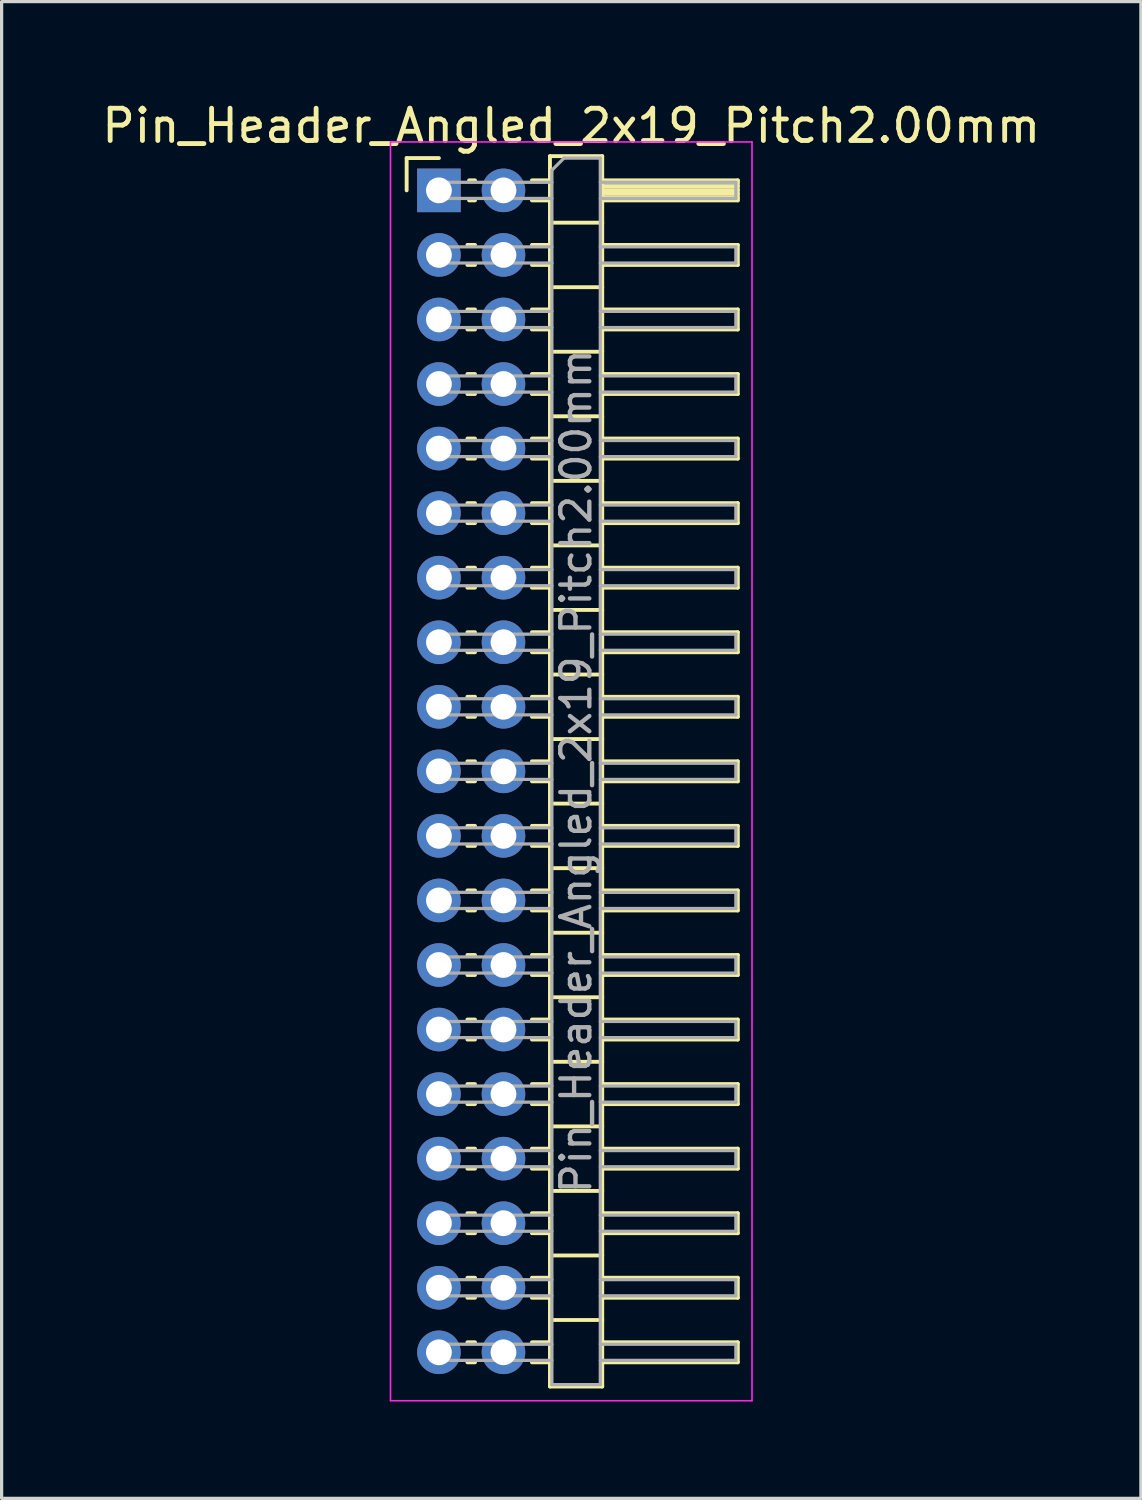
<source format=kicad_pcb>
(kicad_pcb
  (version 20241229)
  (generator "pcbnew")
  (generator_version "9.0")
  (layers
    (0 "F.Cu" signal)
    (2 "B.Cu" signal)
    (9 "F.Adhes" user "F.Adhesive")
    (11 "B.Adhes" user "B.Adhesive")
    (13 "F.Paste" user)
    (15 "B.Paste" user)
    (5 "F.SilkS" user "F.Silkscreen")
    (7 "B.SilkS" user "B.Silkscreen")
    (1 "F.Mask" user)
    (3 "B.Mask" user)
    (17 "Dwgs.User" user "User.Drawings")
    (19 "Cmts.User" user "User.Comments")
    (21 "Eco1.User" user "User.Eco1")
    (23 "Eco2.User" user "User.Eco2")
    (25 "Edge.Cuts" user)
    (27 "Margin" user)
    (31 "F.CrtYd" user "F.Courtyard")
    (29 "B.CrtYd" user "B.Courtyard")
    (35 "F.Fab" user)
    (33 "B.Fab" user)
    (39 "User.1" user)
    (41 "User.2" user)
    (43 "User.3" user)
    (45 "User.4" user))
  (footprint "Pin_Header_Angled_2x19_Pitch2.00mm"
    (layer "F.Cu")
    (at 10.549 2.848)
    (property "Reference" "Pin_Header_Angled_2x19_Pitch2.00mm" (at 4.1 -2 0) (layer "F.SilkS") (effects (font (size 1 1) (thickness 0.15))))
    (attr through_hole)
    (fp_line (start -1 -1) (end 0 -1) (stroke (width 0.12) (type solid)) (layer "F.SilkS"))
    (fp_line (start -1 0) (end -1 -1) (stroke (width 0.12) (type solid)) (layer "F.SilkS"))
    (fp_line (start 0.882 1.69) (end 1.118 1.69) (stroke (width 0.12) (type solid)) (layer "F.SilkS"))
    (fp_line (start 0.882 2.31) (end 1.118 2.31) (stroke (width 0.12) (type solid)) (layer "F.SilkS"))
    (fp_line (start 0.882 3.69) (end 1.118 3.69) (stroke (width 0.12) (type solid)) (layer "F.SilkS"))
    (fp_line (start 0.882 4.31) (end 1.118 4.31) (stroke (width 0.12) (type solid)) (layer "F.SilkS"))
    (fp_line (start 0.882 5.69) (end 1.118 5.69) (stroke (width 0.12) (type solid)) (layer "F.SilkS"))
    (fp_line (start 0.882 6.31) (end 1.118 6.31) (stroke (width 0.12) (type solid)) (layer "F.SilkS"))
    (fp_line (start 0.882 7.69) (end 1.118 7.69) (stroke (width 0.12) (type solid)) (layer "F.SilkS"))
    (fp_line (start 0.882 8.31) (end 1.118 8.31) (stroke (width 0.12) (type solid)) (layer "F.SilkS"))
    (fp_line (start 0.882 9.69) (end 1.118 9.69) (stroke (width 0.12) (type solid)) (layer "F.SilkS"))
    (fp_line (start 0.882 10.31) (end 1.118 10.31) (stroke (width 0.12) (type solid)) (layer "F.SilkS"))
    (fp_line (start 0.882 11.69) (end 1.118 11.69) (stroke (width 0.12) (type solid)) (layer "F.SilkS"))
    (fp_line (start 0.882 12.31) (end 1.118 12.31) (stroke (width 0.12) (type solid)) (layer "F.SilkS"))
    (fp_line (start 0.882 13.69) (end 1.118 13.69) (stroke (width 0.12) (type solid)) (layer "F.SilkS"))
    (fp_line (start 0.882 14.31) (end 1.118 14.31) (stroke (width 0.12) (type solid)) (layer "F.SilkS"))
    (fp_line (start 0.882 15.69) (end 1.118 15.69) (stroke (width 0.12) (type solid)) (layer "F.SilkS"))
    (fp_line (start 0.882 16.31) (end 1.118 16.31) (stroke (width 0.12) (type solid)) (layer "F.SilkS"))
    (fp_line (start 0.882 17.69) (end 1.118 17.69) (stroke (width 0.12) (type solid)) (layer "F.SilkS"))
    (fp_line (start 0.882 18.31) (end 1.118 18.31) (stroke (width 0.12) (type solid)) (layer "F.SilkS"))
    (fp_line (start 0.882 19.69) (end 1.118 19.69) (stroke (width 0.12) (type solid)) (layer "F.SilkS"))
    (fp_line (start 0.882 20.31) (end 1.118 20.31) (stroke (width 0.12) (type solid)) (layer "F.SilkS"))
    (fp_line (start 0.882 21.69) (end 1.118 21.69) (stroke (width 0.12) (type solid)) (layer "F.SilkS"))
    (fp_line (start 0.882 22.31) (end 1.118 22.31) (stroke (width 0.12) (type solid)) (layer "F.SilkS"))
    (fp_line (start 0.882 23.69) (end 1.118 23.69) (stroke (width 0.12) (type solid)) (layer "F.SilkS"))
    (fp_line (start 0.882 24.31) (end 1.118 24.31) (stroke (width 0.12) (type solid)) (layer "F.SilkS"))
    (fp_line (start 0.882 25.69) (end 1.118 25.69) (stroke (width 0.12) (type solid)) (layer "F.SilkS"))
    (fp_line (start 0.882 26.31) (end 1.118 26.31) (stroke (width 0.12) (type solid)) (layer "F.SilkS"))
    (fp_line (start 0.882 27.69) (end 1.118 27.69) (stroke (width 0.12) (type solid)) (layer "F.SilkS"))
    (fp_line (start 0.882 28.31) (end 1.118 28.31) (stroke (width 0.12) (type solid)) (layer "F.SilkS"))
    (fp_line (start 0.882 29.69) (end 1.118 29.69) (stroke (width 0.12) (type solid)) (layer "F.SilkS"))
    (fp_line (start 0.882 30.31) (end 1.118 30.31) (stroke (width 0.12) (type solid)) (layer "F.SilkS"))
    (fp_line (start 0.882 31.69) (end 1.118 31.69) (stroke (width 0.12) (type solid)) (layer "F.SilkS"))
    (fp_line (start 0.882 32.31) (end 1.118 32.31) (stroke (width 0.12) (type solid)) (layer "F.SilkS"))
    (fp_line (start 0.882 33.69) (end 1.118 33.69) (stroke (width 0.12) (type solid)) (layer "F.SilkS"))
    (fp_line (start 0.882 34.31) (end 1.118 34.31) (stroke (width 0.12) (type solid)) (layer "F.SilkS"))
    (fp_line (start 0.882 35.69) (end 1.118 35.69) (stroke (width 0.12) (type solid)) (layer "F.SilkS"))
    (fp_line (start 0.882 36.31) (end 1.118 36.31) (stroke (width 0.12) (type solid)) (layer "F.SilkS"))
    (fp_line (start 0.935 -0.31) (end 1.118 -0.31) (stroke (width 0.12) (type solid)) (layer "F.SilkS"))
    (fp_line (start 0.935 0.31) (end 1.118 0.31) (stroke (width 0.12) (type solid)) (layer "F.SilkS"))
    (fp_line (start 2.882 -0.31) (end 3.44 -0.31) (stroke (width 0.12) (type solid)) (layer "F.SilkS"))
    (fp_line (start 2.882 0.31) (end 3.44 0.31) (stroke (width 0.12) (type solid)) (layer "F.SilkS"))
    (fp_line (start 2.882 1.69) (end 3.44 1.69) (stroke (width 0.12) (type solid)) (layer "F.SilkS"))
    (fp_line (start 2.882 2.31) (end 3.44 2.31) (stroke (width 0.12) (type solid)) (layer "F.SilkS"))
    (fp_line (start 2.882 3.69) (end 3.44 3.69) (stroke (width 0.12) (type solid)) (layer "F.SilkS"))
    (fp_line (start 2.882 4.31) (end 3.44 4.31) (stroke (width 0.12) (type solid)) (layer "F.SilkS"))
    (fp_line (start 2.882 5.69) (end 3.44 5.69) (stroke (width 0.12) (type solid)) (layer "F.SilkS"))
    (fp_line (start 2.882 6.31) (end 3.44 6.31) (stroke (width 0.12) (type solid)) (layer "F.SilkS"))
    (fp_line (start 2.882 7.69) (end 3.44 7.69) (stroke (width 0.12) (type solid)) (layer "F.SilkS"))
    (fp_line (start 2.882 8.31) (end 3.44 8.31) (stroke (width 0.12) (type solid)) (layer "F.SilkS"))
    (fp_line (start 2.882 9.69) (end 3.44 9.69) (stroke (width 0.12) (type solid)) (layer "F.SilkS"))
    (fp_line (start 2.882 10.31) (end 3.44 10.31) (stroke (width 0.12) (type solid)) (layer "F.SilkS"))
    (fp_line (start 2.882 11.69) (end 3.44 11.69) (stroke (width 0.12) (type solid)) (layer "F.SilkS"))
    (fp_line (start 2.882 12.31) (end 3.44 12.31) (stroke (width 0.12) (type solid)) (layer "F.SilkS"))
    (fp_line (start 2.882 13.69) (end 3.44 13.69) (stroke (width 0.12) (type solid)) (layer "F.SilkS"))
    (fp_line (start 2.882 14.31) (end 3.44 14.31) (stroke (width 0.12) (type solid)) (layer "F.SilkS"))
    (fp_line (start 2.882 15.69) (end 3.44 15.69) (stroke (width 0.12) (type solid)) (layer "F.SilkS"))
    (fp_line (start 2.882 16.31) (end 3.44 16.31) (stroke (width 0.12) (type solid)) (layer "F.SilkS"))
    (fp_line (start 2.882 17.69) (end 3.44 17.69) (stroke (width 0.12) (type solid)) (layer "F.SilkS"))
    (fp_line (start 2.882 18.31) (end 3.44 18.31) (stroke (width 0.12) (type solid)) (layer "F.SilkS"))
    (fp_line (start 2.882 19.69) (end 3.44 19.69) (stroke (width 0.12) (type solid)) (layer "F.SilkS"))
    (fp_line (start 2.882 20.31) (end 3.44 20.31) (stroke (width 0.12) (type solid)) (layer "F.SilkS"))
    (fp_line (start 2.882 21.69) (end 3.44 21.69) (stroke (width 0.12) (type solid)) (layer "F.SilkS"))
    (fp_line (start 2.882 22.31) (end 3.44 22.31) (stroke (width 0.12) (type solid)) (layer "F.SilkS"))
    (fp_line (start 2.882 23.69) (end 3.44 23.69) (stroke (width 0.12) (type solid)) (layer "F.SilkS"))
    (fp_line (start 2.882 24.31) (end 3.44 24.31) (stroke (width 0.12) (type solid)) (layer "F.SilkS"))
    (fp_line (start 2.882 25.69) (end 3.44 25.69) (stroke (width 0.12) (type solid)) (layer "F.SilkS"))
    (fp_line (start 2.882 26.31) (end 3.44 26.31) (stroke (width 0.12) (type solid)) (layer "F.SilkS"))
    (fp_line (start 2.882 27.69) (end 3.44 27.69) (stroke (width 0.12) (type solid)) (layer "F.SilkS"))
    (fp_line (start 2.882 28.31) (end 3.44 28.31) (stroke (width 0.12) (type solid)) (layer "F.SilkS"))
    (fp_line (start 2.882 29.69) (end 3.44 29.69) (stroke (width 0.12) (type solid)) (layer "F.SilkS"))
    (fp_line (start 2.882 30.31) (end 3.44 30.31) (stroke (width 0.12) (type solid)) (layer "F.SilkS"))
    (fp_line (start 2.882 31.69) (end 3.44 31.69) (stroke (width 0.12) (type solid)) (layer "F.SilkS"))
    (fp_line (start 2.882 32.31) (end 3.44 32.31) (stroke (width 0.12) (type solid)) (layer "F.SilkS"))
    (fp_line (start 2.882 33.69) (end 3.44 33.69) (stroke (width 0.12) (type solid)) (layer "F.SilkS"))
    (fp_line (start 2.882 34.31) (end 3.44 34.31) (stroke (width 0.12) (type solid)) (layer "F.SilkS"))
    (fp_line (start 2.882 35.69) (end 3.44 35.69) (stroke (width 0.12) (type solid)) (layer "F.SilkS"))
    (fp_line (start 2.882 36.31) (end 3.44 36.31) (stroke (width 0.12) (type solid)) (layer "F.SilkS"))
    (fp_line (start 3.44 -1.06) (end 3.44 37.06) (stroke (width 0.12) (type solid)) (layer "F.SilkS"))
    (fp_line (start 3.44 1) (end 5.06 1) (stroke (width 0.12) (type solid)) (layer "F.SilkS"))
    (fp_line (start 3.44 3) (end 5.06 3) (stroke (width 0.12) (type solid)) (layer "F.SilkS"))
    (fp_line (start 3.44 5) (end 5.06 5) (stroke (width 0.12) (type solid)) (layer "F.SilkS"))
    (fp_line (start 3.44 7) (end 5.06 7) (stroke (width 0.12) (type solid)) (layer "F.SilkS"))
    (fp_line (start 3.44 9) (end 5.06 9) (stroke (width 0.12) (type solid)) (layer "F.SilkS"))
    (fp_line (start 3.44 11) (end 5.06 11) (stroke (width 0.12) (type solid)) (layer "F.SilkS"))
    (fp_line (start 3.44 13) (end 5.06 13) (stroke (width 0.12) (type solid)) (layer "F.SilkS"))
    (fp_line (start 3.44 15) (end 5.06 15) (stroke (width 0.12) (type solid)) (layer "F.SilkS"))
    (fp_line (start 3.44 17) (end 5.06 17) (stroke (width 0.12) (type solid)) (layer "F.SilkS"))
    (fp_line (start 3.44 19) (end 5.06 19) (stroke (width 0.12) (type solid)) (layer "F.SilkS"))
    (fp_line (start 3.44 21) (end 5.06 21) (stroke (width 0.12) (type solid)) (layer "F.SilkS"))
    (fp_line (start 3.44 23) (end 5.06 23) (stroke (width 0.12) (type solid)) (layer "F.SilkS"))
    (fp_line (start 3.44 25) (end 5.06 25) (stroke (width 0.12) (type solid)) (layer "F.SilkS"))
    (fp_line (start 3.44 27) (end 5.06 27) (stroke (width 0.12) (type solid)) (layer "F.SilkS"))
    (fp_line (start 3.44 29) (end 5.06 29) (stroke (width 0.12) (type solid)) (layer "F.SilkS"))
    (fp_line (start 3.44 31) (end 5.06 31) (stroke (width 0.12) (type solid)) (layer "F.SilkS"))
    (fp_line (start 3.44 33) (end 5.06 33) (stroke (width 0.12) (type solid)) (layer "F.SilkS"))
    (fp_line (start 3.44 35) (end 5.06 35) (stroke (width 0.12) (type solid)) (layer "F.SilkS"))
    (fp_line (start 3.44 37.06) (end 5.06 37.06) (stroke (width 0.12) (type solid)) (layer "F.SilkS"))
    (fp_line (start 5.06 -1.06) (end 3.44 -1.06) (stroke (width 0.12) (type solid)) (layer "F.SilkS"))
    (fp_line (start 5.06 -0.31) (end 9.26 -0.31) (stroke (width 0.12) (type solid)) (layer "F.SilkS"))
    (fp_line (start 5.06 -0.25) (end 9.26 -0.25) (stroke (width 0.12) (type solid)) (layer "F.SilkS"))
    (fp_line (start 5.06 -0.13) (end 9.26 -0.13) (stroke (width 0.12) (type solid)) (layer "F.SilkS"))
    (fp_line (start 5.06 -0.01) (end 9.26 -0.01) (stroke (width 0.12) (type solid)) (layer "F.SilkS"))
    (fp_line (start 5.06 0.11) (end 9.26 0.11) (stroke (width 0.12) (type solid)) (layer "F.SilkS"))
    (fp_line (start 5.06 0.23) (end 9.26 0.23) (stroke (width 0.12) (type solid)) (layer "F.SilkS"))
    (fp_line (start 5.06 1.69) (end 9.26 1.69) (stroke (width 0.12) (type solid)) (layer "F.SilkS"))
    (fp_line (start 5.06 3.69) (end 9.26 3.69) (stroke (width 0.12) (type solid)) (layer "F.SilkS"))
    (fp_line (start 5.06 5.69) (end 9.26 5.69) (stroke (width 0.12) (type solid)) (layer "F.SilkS"))
    (fp_line (start 5.06 7.69) (end 9.26 7.69) (stroke (width 0.12) (type solid)) (layer "F.SilkS"))
    (fp_line (start 5.06 9.69) (end 9.26 9.69) (stroke (width 0.12) (type solid)) (layer "F.SilkS"))
    (fp_line (start 5.06 11.69) (end 9.26 11.69) (stroke (width 0.12) (type solid)) (layer "F.SilkS"))
    (fp_line (start 5.06 13.69) (end 9.26 13.69) (stroke (width 0.12) (type solid)) (layer "F.SilkS"))
    (fp_line (start 5.06 15.69) (end 9.26 15.69) (stroke (width 0.12) (type solid)) (layer "F.SilkS"))
    (fp_line (start 5.06 17.69) (end 9.26 17.69) (stroke (width 0.12) (type solid)) (layer "F.SilkS"))
    (fp_line (start 5.06 19.69) (end 9.26 19.69) (stroke (width 0.12) (type solid)) (layer "F.SilkS"))
    (fp_line (start 5.06 21.69) (end 9.26 21.69) (stroke (width 0.12) (type solid)) (layer "F.SilkS"))
    (fp_line (start 5.06 23.69) (end 9.26 23.69) (stroke (width 0.12) (type solid)) (layer "F.SilkS"))
    (fp_line (start 5.06 25.69) (end 9.26 25.69) (stroke (width 0.12) (type solid)) (layer "F.SilkS"))
    (fp_line (start 5.06 27.69) (end 9.26 27.69) (stroke (width 0.12) (type solid)) (layer "F.SilkS"))
    (fp_line (start 5.06 29.69) (end 9.26 29.69) (stroke (width 0.12) (type solid)) (layer "F.SilkS"))
    (fp_line (start 5.06 31.69) (end 9.26 31.69) (stroke (width 0.12) (type solid)) (layer "F.SilkS"))
    (fp_line (start 5.06 33.69) (end 9.26 33.69) (stroke (width 0.12) (type solid)) (layer "F.SilkS"))
    (fp_line (start 5.06 35.69) (end 9.26 35.69) (stroke (width 0.12) (type solid)) (layer "F.SilkS"))
    (fp_line (start 5.06 37.06) (end 5.06 -1.06) (stroke (width 0.12) (type solid)) (layer "F.SilkS"))
    (fp_line (start 9.26 -0.31) (end 9.26 0.31) (stroke (width 0.12) (type solid)) (layer "F.SilkS"))
    (fp_line (start 9.26 0.31) (end 5.06 0.31) (stroke (width 0.12) (type solid)) (layer "F.SilkS"))
    (fp_line (start 9.26 1.69) (end 9.26 2.31) (stroke (width 0.12) (type solid)) (layer "F.SilkS"))
    (fp_line (start 9.26 2.31) (end 5.06 2.31) (stroke (width 0.12) (type solid)) (layer "F.SilkS"))
    (fp_line (start 9.26 3.69) (end 9.26 4.31) (stroke (width 0.12) (type solid)) (layer "F.SilkS"))
    (fp_line (start 9.26 4.31) (end 5.06 4.31) (stroke (width 0.12) (type solid)) (layer "F.SilkS"))
    (fp_line (start 9.26 5.69) (end 9.26 6.31) (stroke (width 0.12) (type solid)) (layer "F.SilkS"))
    (fp_line (start 9.26 6.31) (end 5.06 6.31) (stroke (width 0.12) (type solid)) (layer "F.SilkS"))
    (fp_line (start 9.26 7.69) (end 9.26 8.31) (stroke (width 0.12) (type solid)) (layer "F.SilkS"))
    (fp_line (start 9.26 8.31) (end 5.06 8.31) (stroke (width 0.12) (type solid)) (layer "F.SilkS"))
    (fp_line (start 9.26 9.69) (end 9.26 10.31) (stroke (width 0.12) (type solid)) (layer "F.SilkS"))
    (fp_line (start 9.26 10.31) (end 5.06 10.31) (stroke (width 0.12) (type solid)) (layer "F.SilkS"))
    (fp_line (start 9.26 11.69) (end 9.26 12.31) (stroke (width 0.12) (type solid)) (layer "F.SilkS"))
    (fp_line (start 9.26 12.31) (end 5.06 12.31) (stroke (width 0.12) (type solid)) (layer "F.SilkS"))
    (fp_line (start 9.26 13.69) (end 9.26 14.31) (stroke (width 0.12) (type solid)) (layer "F.SilkS"))
    (fp_line (start 9.26 14.31) (end 5.06 14.31) (stroke (width 0.12) (type solid)) (layer "F.SilkS"))
    (fp_line (start 9.26 15.69) (end 9.26 16.31) (stroke (width 0.12) (type solid)) (layer "F.SilkS"))
    (fp_line (start 9.26 16.31) (end 5.06 16.31) (stroke (width 0.12) (type solid)) (layer "F.SilkS"))
    (fp_line (start 9.26 17.69) (end 9.26 18.31) (stroke (width 0.12) (type solid)) (layer "F.SilkS"))
    (fp_line (start 9.26 18.31) (end 5.06 18.31) (stroke (width 0.12) (type solid)) (layer "F.SilkS"))
    (fp_line (start 9.26 19.69) (end 9.26 20.31) (stroke (width 0.12) (type solid)) (layer "F.SilkS"))
    (fp_line (start 9.26 20.31) (end 5.06 20.31) (stroke (width 0.12) (type solid)) (layer "F.SilkS"))
    (fp_line (start 9.26 21.69) (end 9.26 22.31) (stroke (width 0.12) (type solid)) (layer "F.SilkS"))
    (fp_line (start 9.26 22.31) (end 5.06 22.31) (stroke (width 0.12) (type solid)) (layer "F.SilkS"))
    (fp_line (start 9.26 23.69) (end 9.26 24.31) (stroke (width 0.12) (type solid)) (layer "F.SilkS"))
    (fp_line (start 9.26 24.31) (end 5.06 24.31) (stroke (width 0.12) (type solid)) (layer "F.SilkS"))
    (fp_line (start 9.26 25.69) (end 9.26 26.31) (stroke (width 0.12) (type solid)) (layer "F.SilkS"))
    (fp_line (start 9.26 26.31) (end 5.06 26.31) (stroke (width 0.12) (type solid)) (layer "F.SilkS"))
    (fp_line (start 9.26 27.69) (end 9.26 28.31) (stroke (width 0.12) (type solid)) (layer "F.SilkS"))
    (fp_line (start 9.26 28.31) (end 5.06 28.31) (stroke (width 0.12) (type solid)) (layer "F.SilkS"))
    (fp_line (start 9.26 29.69) (end 9.26 30.31) (stroke (width 0.12) (type solid)) (layer "F.SilkS"))
    (fp_line (start 9.26 30.31) (end 5.06 30.31) (stroke (width 0.12) (type solid)) (layer "F.SilkS"))
    (fp_line (start 9.26 31.69) (end 9.26 32.31) (stroke (width 0.12) (type solid)) (layer "F.SilkS"))
    (fp_line (start 9.26 32.31) (end 5.06 32.31) (stroke (width 0.12) (type solid)) (layer "F.SilkS"))
    (fp_line (start 9.26 33.69) (end 9.26 34.31) (stroke (width 0.12) (type solid)) (layer "F.SilkS"))
    (fp_line (start 9.26 34.31) (end 5.06 34.31) (stroke (width 0.12) (type solid)) (layer "F.SilkS"))
    (fp_line (start 9.26 35.69) (end 9.26 36.31) (stroke (width 0.12) (type solid)) (layer "F.SilkS"))
    (fp_line (start 9.26 36.31) (end 5.06 36.31) (stroke (width 0.12) (type solid)) (layer "F.SilkS"))
    (fp_line (start -1.5 -1.5) (end -1.5 37.5) (stroke (width 0.05) (type solid)) (layer "F.CrtYd"))
    (fp_line (start -1.5 37.5) (end 9.7 37.5) (stroke (width 0.05) (type solid)) (layer "F.CrtYd"))
    (fp_line (start 9.7 -1.5) (end -1.5 -1.5) (stroke (width 0.05) (type solid)) (layer "F.CrtYd"))
    (fp_line (start 9.7 37.5) (end 9.7 -1.5) (stroke (width 0.05) (type solid)) (layer "F.CrtYd"))
    (fp_line (start -0.25 -0.25) (end -0.25 0.25) (stroke (width 0.1) (type solid)) (layer "F.Fab"))
    (fp_line (start -0.25 -0.25) (end 3.5 -0.25) (stroke (width 0.1) (type solid)) (layer "F.Fab"))
    (fp_line (start -0.25 0.25) (end 3.5 0.25) (stroke (width 0.1) (type solid)) (layer "F.Fab"))
    (fp_line (start -0.25 1.75) (end -0.25 2.25) (stroke (width 0.1) (type solid)) (layer "F.Fab"))
    (fp_line (start -0.25 1.75) (end 3.5 1.75) (stroke (width 0.1) (type solid)) (layer "F.Fab"))
    (fp_line (start -0.25 2.25) (end 3.5 2.25) (stroke (width 0.1) (type solid)) (layer "F.Fab"))
    (fp_line (start -0.25 3.75) (end -0.25 4.25) (stroke (width 0.1) (type solid)) (layer "F.Fab"))
    (fp_line (start -0.25 3.75) (end 3.5 3.75) (stroke (width 0.1) (type solid)) (layer "F.Fab"))
    (fp_line (start -0.25 4.25) (end 3.5 4.25) (stroke (width 0.1) (type solid)) (layer "F.Fab"))
    (fp_line (start -0.25 5.75) (end -0.25 6.25) (stroke (width 0.1) (type solid)) (layer "F.Fab"))
    (fp_line (start -0.25 5.75) (end 3.5 5.75) (stroke (width 0.1) (type solid)) (layer "F.Fab"))
    (fp_line (start -0.25 6.25) (end 3.5 6.25) (stroke (width 0.1) (type solid)) (layer "F.Fab"))
    (fp_line (start -0.25 7.75) (end -0.25 8.25) (stroke (width 0.1) (type solid)) (layer "F.Fab"))
    (fp_line (start -0.25 7.75) (end 3.5 7.75) (stroke (width 0.1) (type solid)) (layer "F.Fab"))
    (fp_line (start -0.25 8.25) (end 3.5 8.25) (stroke (width 0.1) (type solid)) (layer "F.Fab"))
    (fp_line (start -0.25 9.75) (end -0.25 10.25) (stroke (width 0.1) (type solid)) (layer "F.Fab"))
    (fp_line (start -0.25 9.75) (end 3.5 9.75) (stroke (width 0.1) (type solid)) (layer "F.Fab"))
    (fp_line (start -0.25 10.25) (end 3.5 10.25) (stroke (width 0.1) (type solid)) (layer "F.Fab"))
    (fp_line (start -0.25 11.75) (end -0.25 12.25) (stroke (width 0.1) (type solid)) (layer "F.Fab"))
    (fp_line (start -0.25 11.75) (end 3.5 11.75) (stroke (width 0.1) (type solid)) (layer "F.Fab"))
    (fp_line (start -0.25 12.25) (end 3.5 12.25) (stroke (width 0.1) (type solid)) (layer "F.Fab"))
    (fp_line (start -0.25 13.75) (end -0.25 14.25) (stroke (width 0.1) (type solid)) (layer "F.Fab"))
    (fp_line (start -0.25 13.75) (end 3.5 13.75) (stroke (width 0.1) (type solid)) (layer "F.Fab"))
    (fp_line (start -0.25 14.25) (end 3.5 14.25) (stroke (width 0.1) (type solid)) (layer "F.Fab"))
    (fp_line (start -0.25 15.75) (end -0.25 16.25) (stroke (width 0.1) (type solid)) (layer "F.Fab"))
    (fp_line (start -0.25 15.75) (end 3.5 15.75) (stroke (width 0.1) (type solid)) (layer "F.Fab"))
    (fp_line (start -0.25 16.25) (end 3.5 16.25) (stroke (width 0.1) (type solid)) (layer "F.Fab"))
    (fp_line (start -0.25 17.75) (end -0.25 18.25) (stroke (width 0.1) (type solid)) (layer "F.Fab"))
    (fp_line (start -0.25 17.75) (end 3.5 17.75) (stroke (width 0.1) (type solid)) (layer "F.Fab"))
    (fp_line (start -0.25 18.25) (end 3.5 18.25) (stroke (width 0.1) (type solid)) (layer "F.Fab"))
    (fp_line (start -0.25 19.75) (end -0.25 20.25) (stroke (width 0.1) (type solid)) (layer "F.Fab"))
    (fp_line (start -0.25 19.75) (end 3.5 19.75) (stroke (width 0.1) (type solid)) (layer "F.Fab"))
    (fp_line (start -0.25 20.25) (end 3.5 20.25) (stroke (width 0.1) (type solid)) (layer "F.Fab"))
    (fp_line (start -0.25 21.75) (end -0.25 22.25) (stroke (width 0.1) (type solid)) (layer "F.Fab"))
    (fp_line (start -0.25 21.75) (end 3.5 21.75) (stroke (width 0.1) (type solid)) (layer "F.Fab"))
    (fp_line (start -0.25 22.25) (end 3.5 22.25) (stroke (width 0.1) (type solid)) (layer "F.Fab"))
    (fp_line (start -0.25 23.75) (end -0.25 24.25) (stroke (width 0.1) (type solid)) (layer "F.Fab"))
    (fp_line (start -0.25 23.75) (end 3.5 23.75) (stroke (width 0.1) (type solid)) (layer "F.Fab"))
    (fp_line (start -0.25 24.25) (end 3.5 24.25) (stroke (width 0.1) (type solid)) (layer "F.Fab"))
    (fp_line (start -0.25 25.75) (end -0.25 26.25) (stroke (width 0.1) (type solid)) (layer "F.Fab"))
    (fp_line (start -0.25 25.75) (end 3.5 25.75) (stroke (width 0.1) (type solid)) (layer "F.Fab"))
    (fp_line (start -0.25 26.25) (end 3.5 26.25) (stroke (width 0.1) (type solid)) (layer "F.Fab"))
    (fp_line (start -0.25 27.75) (end -0.25 28.25) (stroke (width 0.1) (type solid)) (layer "F.Fab"))
    (fp_line (start -0.25 27.75) (end 3.5 27.75) (stroke (width 0.1) (type solid)) (layer "F.Fab"))
    (fp_line (start -0.25 28.25) (end 3.5 28.25) (stroke (width 0.1) (type solid)) (layer "F.Fab"))
    (fp_line (start -0.25 29.75) (end -0.25 30.25) (stroke (width 0.1) (type solid)) (layer "F.Fab"))
    (fp_line (start -0.25 29.75) (end 3.5 29.75) (stroke (width 0.1) (type solid)) (layer "F.Fab"))
    (fp_line (start -0.25 30.25) (end 3.5 30.25) (stroke (width 0.1) (type solid)) (layer "F.Fab"))
    (fp_line (start -0.25 31.75) (end -0.25 32.25) (stroke (width 0.1) (type solid)) (layer "F.Fab"))
    (fp_line (start -0.25 31.75) (end 3.5 31.75) (stroke (width 0.1) (type solid)) (layer "F.Fab"))
    (fp_line (start -0.25 32.25) (end 3.5 32.25) (stroke (width 0.1) (type solid)) (layer "F.Fab"))
    (fp_line (start -0.25 33.75) (end -0.25 34.25) (stroke (width 0.1) (type solid)) (layer "F.Fab"))
    (fp_line (start -0.25 33.75) (end 3.5 33.75) (stroke (width 0.1) (type solid)) (layer "F.Fab"))
    (fp_line (start -0.25 34.25) (end 3.5 34.25) (stroke (width 0.1) (type solid)) (layer "F.Fab"))
    (fp_line (start -0.25 35.75) (end -0.25 36.25) (stroke (width 0.1) (type solid)) (layer "F.Fab"))
    (fp_line (start -0.25 35.75) (end 3.5 35.75) (stroke (width 0.1) (type solid)) (layer "F.Fab"))
    (fp_line (start -0.25 36.25) (end 3.5 36.25) (stroke (width 0.1) (type solid)) (layer "F.Fab"))
    (fp_line (start 3.5 -0.625) (end 3.875 -1) (stroke (width 0.1) (type solid)) (layer "F.Fab"))
    (fp_line (start 3.5 37) (end 3.5 -0.625) (stroke (width 0.1) (type solid)) (layer "F.Fab"))
    (fp_line (start 3.875 -1) (end 5 -1) (stroke (width 0.1) (type solid)) (layer "F.Fab"))
    (fp_line (start 5 -1) (end 5 37) (stroke (width 0.1) (type solid)) (layer "F.Fab"))
    (fp_line (start 5 -0.25) (end 9.2 -0.25) (stroke (width 0.1) (type solid)) (layer "F.Fab"))
    (fp_line (start 5 0.25) (end 9.2 0.25) (stroke (width 0.1) (type solid)) (layer "F.Fab"))
    (fp_line (start 5 1.75) (end 9.2 1.75) (stroke (width 0.1) (type solid)) (layer "F.Fab"))
    (fp_line (start 5 2.25) (end 9.2 2.25) (stroke (width 0.1) (type solid)) (layer "F.Fab"))
    (fp_line (start 5 3.75) (end 9.2 3.75) (stroke (width 0.1) (type solid)) (layer "F.Fab"))
    (fp_line (start 5 4.25) (end 9.2 4.25) (stroke (width 0.1) (type solid)) (layer "F.Fab"))
    (fp_line (start 5 5.75) (end 9.2 5.75) (stroke (width 0.1) (type solid)) (layer "F.Fab"))
    (fp_line (start 5 6.25) (end 9.2 6.25) (stroke (width 0.1) (type solid)) (layer "F.Fab"))
    (fp_line (start 5 7.75) (end 9.2 7.75) (stroke (width 0.1) (type solid)) (layer "F.Fab"))
    (fp_line (start 5 8.25) (end 9.2 8.25) (stroke (width 0.1) (type solid)) (layer "F.Fab"))
    (fp_line (start 5 9.75) (end 9.2 9.75) (stroke (width 0.1) (type solid)) (layer "F.Fab"))
    (fp_line (start 5 10.25) (end 9.2 10.25) (stroke (width 0.1) (type solid)) (layer "F.Fab"))
    (fp_line (start 5 11.75) (end 9.2 11.75) (stroke (width 0.1) (type solid)) (layer "F.Fab"))
    (fp_line (start 5 12.25) (end 9.2 12.25) (stroke (width 0.1) (type solid)) (layer "F.Fab"))
    (fp_line (start 5 13.75) (end 9.2 13.75) (stroke (width 0.1) (type solid)) (layer "F.Fab"))
    (fp_line (start 5 14.25) (end 9.2 14.25) (stroke (width 0.1) (type solid)) (layer "F.Fab"))
    (fp_line (start 5 15.75) (end 9.2 15.75) (stroke (width 0.1) (type solid)) (layer "F.Fab"))
    (fp_line (start 5 16.25) (end 9.2 16.25) (stroke (width 0.1) (type solid)) (layer "F.Fab"))
    (fp_line (start 5 17.75) (end 9.2 17.75) (stroke (width 0.1) (type solid)) (layer "F.Fab"))
    (fp_line (start 5 18.25) (end 9.2 18.25) (stroke (width 0.1) (type solid)) (layer "F.Fab"))
    (fp_line (start 5 19.75) (end 9.2 19.75) (stroke (width 0.1) (type solid)) (layer "F.Fab"))
    (fp_line (start 5 20.25) (end 9.2 20.25) (stroke (width 0.1) (type solid)) (layer "F.Fab"))
    (fp_line (start 5 21.75) (end 9.2 21.75) (stroke (width 0.1) (type solid)) (layer "F.Fab"))
    (fp_line (start 5 22.25) (end 9.2 22.25) (stroke (width 0.1) (type solid)) (layer "F.Fab"))
    (fp_line (start 5 23.75) (end 9.2 23.75) (stroke (width 0.1) (type solid)) (layer "F.Fab"))
    (fp_line (start 5 24.25) (end 9.2 24.25) (stroke (width 0.1) (type solid)) (layer "F.Fab"))
    (fp_line (start 5 25.75) (end 9.2 25.75) (stroke (width 0.1) (type solid)) (layer "F.Fab"))
    (fp_line (start 5 26.25) (end 9.2 26.25) (stroke (width 0.1) (type solid)) (layer "F.Fab"))
    (fp_line (start 5 27.75) (end 9.2 27.75) (stroke (width 0.1) (type solid)) (layer "F.Fab"))
    (fp_line (start 5 28.25) (end 9.2 28.25) (stroke (width 0.1) (type solid)) (layer "F.Fab"))
    (fp_line (start 5 29.75) (end 9.2 29.75) (stroke (width 0.1) (type solid)) (layer "F.Fab"))
    (fp_line (start 5 30.25) (end 9.2 30.25) (stroke (width 0.1) (type solid)) (layer "F.Fab"))
    (fp_line (start 5 31.75) (end 9.2 31.75) (stroke (width 0.1) (type solid)) (layer "F.Fab"))
    (fp_line (start 5 32.25) (end 9.2 32.25) (stroke (width 0.1) (type solid)) (layer "F.Fab"))
    (fp_line (start 5 33.75) (end 9.2 33.75) (stroke (width 0.1) (type solid)) (layer "F.Fab"))
    (fp_line (start 5 34.25) (end 9.2 34.25) (stroke (width 0.1) (type solid)) (layer "F.Fab"))
    (fp_line (start 5 35.75) (end 9.2 35.75) (stroke (width 0.1) (type solid)) (layer "F.Fab"))
    (fp_line (start 5 36.25) (end 9.2 36.25) (stroke (width 0.1) (type solid)) (layer "F.Fab"))
    (fp_line (start 5 37) (end 3.5 37) (stroke (width 0.1) (type solid)) (layer "F.Fab"))
    (fp_line (start 9.2 -0.25) (end 9.2 0.25) (stroke (width 0.1) (type solid)) (layer "F.Fab"))
    (fp_line (start 9.2 1.75) (end 9.2 2.25) (stroke (width 0.1) (type solid)) (layer "F.Fab"))
    (fp_line (start 9.2 3.75) (end 9.2 4.25) (stroke (width 0.1) (type solid)) (layer "F.Fab"))
    (fp_line (start 9.2 5.75) (end 9.2 6.25) (stroke (width 0.1) (type solid)) (layer "F.Fab"))
    (fp_line (start 9.2 7.75) (end 9.2 8.25) (stroke (width 0.1) (type solid)) (layer "F.Fab"))
    (fp_line (start 9.2 9.75) (end 9.2 10.25) (stroke (width 0.1) (type solid)) (layer "F.Fab"))
    (fp_line (start 9.2 11.75) (end 9.2 12.25) (stroke (width 0.1) (type solid)) (layer "F.Fab"))
    (fp_line (start 9.2 13.75) (end 9.2 14.25) (stroke (width 0.1) (type solid)) (layer "F.Fab"))
    (fp_line (start 9.2 15.75) (end 9.2 16.25) (stroke (width 0.1) (type solid)) (layer "F.Fab"))
    (fp_line (start 9.2 17.75) (end 9.2 18.25) (stroke (width 0.1) (type solid)) (layer "F.Fab"))
    (fp_line (start 9.2 19.75) (end 9.2 20.25) (stroke (width 0.1) (type solid)) (layer "F.Fab"))
    (fp_line (start 9.2 21.75) (end 9.2 22.25) (stroke (width 0.1) (type solid)) (layer "F.Fab"))
    (fp_line (start 9.2 23.75) (end 9.2 24.25) (stroke (width 0.1) (type solid)) (layer "F.Fab"))
    (fp_line (start 9.2 25.75) (end 9.2 26.25) (stroke (width 0.1) (type solid)) (layer "F.Fab"))
    (fp_line (start 9.2 27.75) (end 9.2 28.25) (stroke (width 0.1) (type solid)) (layer "F.Fab"))
    (fp_line (start 9.2 29.75) (end 9.2 30.25) (stroke (width 0.1) (type solid)) (layer "F.Fab"))
    (fp_line (start 9.2 31.75) (end 9.2 32.25) (stroke (width 0.1) (type solid)) (layer "F.Fab"))
    (fp_line (start 9.2 33.75) (end 9.2 34.25) (stroke (width 0.1) (type solid)) (layer "F.Fab"))
    (fp_line (start 9.2 35.75) (end 9.2 36.25) (stroke (width 0.1) (type solid)) (layer "F.Fab"))
    (fp_text user "${REFERENCE}" (at 4.25 18 90) (layer "F.Fab") (effects (font (size 0.9 0.9) (thickness 0.135))))
    (pad "1" thru_hole rect (at 0 0) (size 1.35 1.35) (drill 0.8) (layers "*.Cu" "*.Mask"))
    (pad "2" thru_hole oval (at 2 0) (size 1.35 1.35) (drill 0.8) (layers "*.Cu" "*.Mask"))
    (pad "3" thru_hole oval (at 0 2) (size 1.35 1.35) (drill 0.8) (layers "*.Cu" "*.Mask"))
    (pad "4" thru_hole oval (at 2 2) (size 1.35 1.35) (drill 0.8) (layers "*.Cu" "*.Mask"))
    (pad "5" thru_hole oval (at 0 4) (size 1.35 1.35) (drill 0.8) (layers "*.Cu" "*.Mask"))
    (pad "6" thru_hole oval (at 2 4) (size 1.35 1.35) (drill 0.8) (layers "*.Cu" "*.Mask"))
    (pad "7" thru_hole oval (at 0 6) (size 1.35 1.35) (drill 0.8) (layers "*.Cu" "*.Mask"))
    (pad "8" thru_hole oval (at 2 6) (size 1.35 1.35) (drill 0.8) (layers "*.Cu" "*.Mask"))
    (pad "9" thru_hole oval (at 0 8) (size 1.35 1.35) (drill 0.8) (layers "*.Cu" "*.Mask"))
    (pad "10" thru_hole oval (at 2 8) (size 1.35 1.35) (drill 0.8) (layers "*.Cu" "*.Mask"))
    (pad "11" thru_hole oval (at 0 10) (size 1.35 1.35) (drill 0.8) (layers "*.Cu" "*.Mask"))
    (pad "12" thru_hole oval (at 2 10) (size 1.35 1.35) (drill 0.8) (layers "*.Cu" "*.Mask"))
    (pad "13" thru_hole oval (at 0 12) (size 1.35 1.35) (drill 0.8) (layers "*.Cu" "*.Mask"))
    (pad "14" thru_hole oval (at 2 12) (size 1.35 1.35) (drill 0.8) (layers "*.Cu" "*.Mask"))
    (pad "15" thru_hole oval (at 0 14) (size 1.35 1.35) (drill 0.8) (layers "*.Cu" "*.Mask"))
    (pad "16" thru_hole oval (at 2 14) (size 1.35 1.35) (drill 0.8) (layers "*.Cu" "*.Mask"))
    (pad "17" thru_hole oval (at 0 16) (size 1.35 1.35) (drill 0.8) (layers "*.Cu" "*.Mask"))
    (pad "18" thru_hole oval (at 2 16) (size 1.35 1.35) (drill 0.8) (layers "*.Cu" "*.Mask"))
    (pad "19" thru_hole oval (at 0 18) (size 1.35 1.35) (drill 0.8) (layers "*.Cu" "*.Mask"))
    (pad "20" thru_hole oval (at 2 18) (size 1.35 1.35) (drill 0.8) (layers "*.Cu" "*.Mask"))
    (pad "21" thru_hole oval (at 0 20) (size 1.35 1.35) (drill 0.8) (layers "*.Cu" "*.Mask"))
    (pad "22" thru_hole oval (at 2 20) (size 1.35 1.35) (drill 0.8) (layers "*.Cu" "*.Mask"))
    (pad "23" thru_hole oval (at 0 22) (size 1.35 1.35) (drill 0.8) (layers "*.Cu" "*.Mask"))
    (pad "24" thru_hole oval (at 2 22) (size 1.35 1.35) (drill 0.8) (layers "*.Cu" "*.Mask"))
    (pad "25" thru_hole oval (at 0 24) (size 1.35 1.35) (drill 0.8) (layers "*.Cu" "*.Mask"))
    (pad "26" thru_hole oval (at 2 24) (size 1.35 1.35) (drill 0.8) (layers "*.Cu" "*.Mask"))
    (pad "27" thru_hole oval (at 0 26) (size 1.35 1.35) (drill 0.8) (layers "*.Cu" "*.Mask"))
    (pad "28" thru_hole oval (at 2 26) (size 1.35 1.35) (drill 0.8) (layers "*.Cu" "*.Mask"))
    (pad "29" thru_hole oval (at 0 28) (size 1.35 1.35) (drill 0.8) (layers "*.Cu" "*.Mask"))
    (pad "30" thru_hole oval (at 2 28) (size 1.35 1.35) (drill 0.8) (layers "*.Cu" "*.Mask"))
    (pad "31" thru_hole oval (at 0 30) (size 1.35 1.35) (drill 0.8) (layers "*.Cu" "*.Mask"))
    (pad "32" thru_hole oval (at 2 30) (size 1.35 1.35) (drill 0.8) (layers "*.Cu" "*.Mask"))
    (pad "33" thru_hole oval (at 0 32) (size 1.35 1.35) (drill 0.8) (layers "*.Cu" "*.Mask"))
    (pad "34" thru_hole oval (at 2 32) (size 1.35 1.35) (drill 0.8) (layers "*.Cu" "*.Mask"))
    (pad "35" thru_hole oval (at 0 34) (size 1.35 1.35) (drill 0.8) (layers "*.Cu" "*.Mask"))
    (pad "36" thru_hole oval (at 2 34) (size 1.35 1.35) (drill 0.8) (layers "*.Cu" "*.Mask"))
    (pad "37" thru_hole oval (at 0 36) (size 1.35 1.35) (drill 0.8) (layers "*.Cu" "*.Mask"))
    (pad "38" thru_hole oval (at 2 36) (size 1.35 1.35) (drill 0.8) (layers "*.Cu" "*.Mask")))
  (gr_rect
    (start -3 -3)
    (end 32.298 43.373)
    (stroke (width 0.1) (type default))
    (fill no)
    (layer "Edge.Cuts")))
</source>
